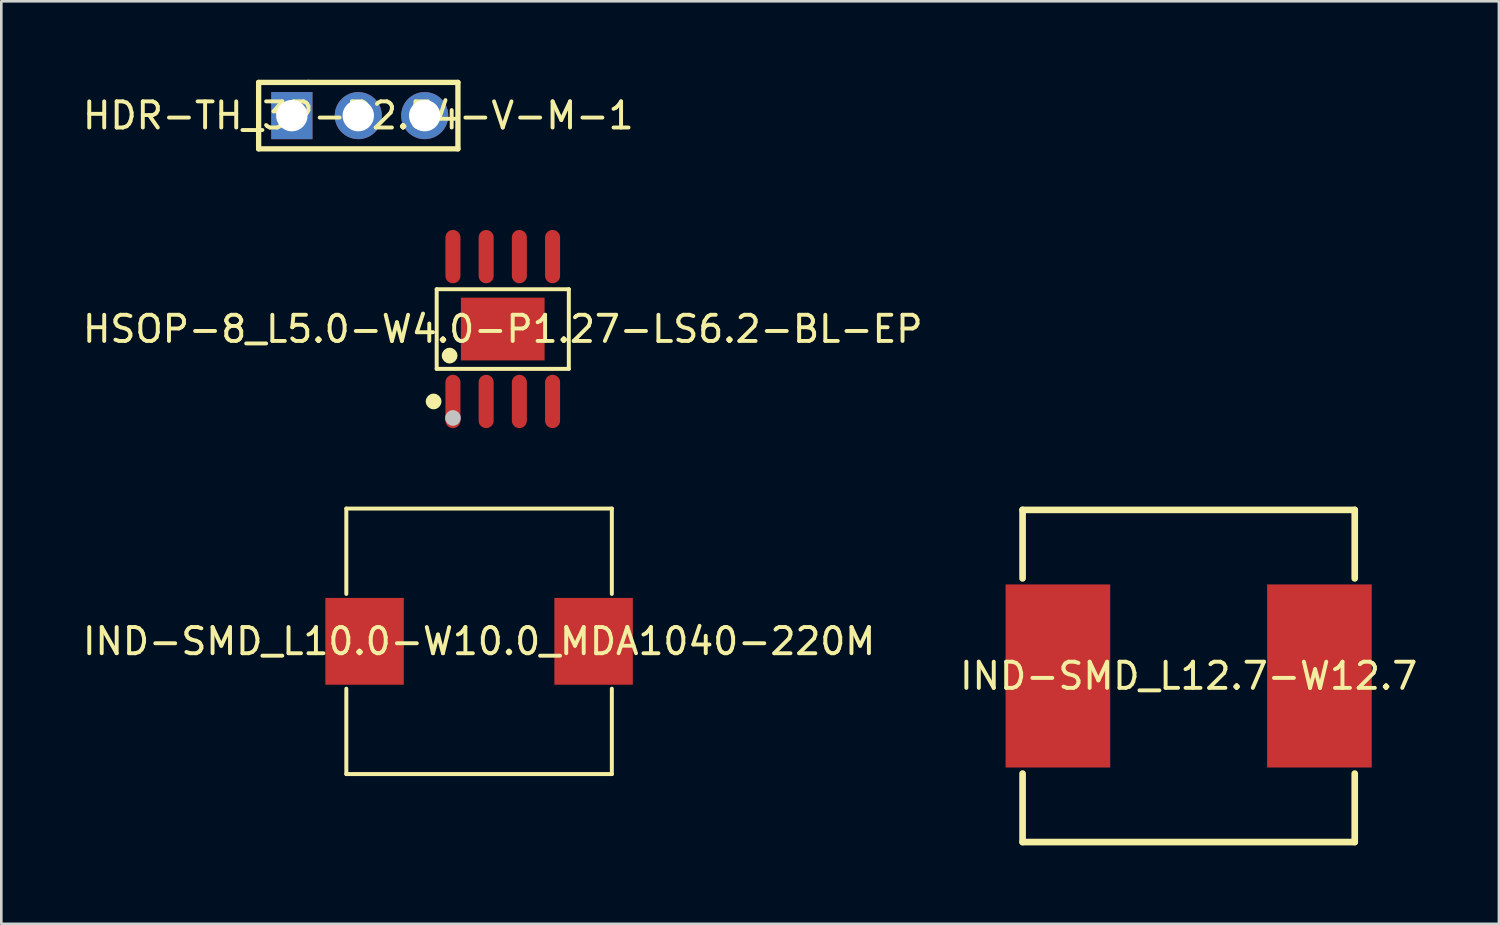
<source format=kicad_pcb>
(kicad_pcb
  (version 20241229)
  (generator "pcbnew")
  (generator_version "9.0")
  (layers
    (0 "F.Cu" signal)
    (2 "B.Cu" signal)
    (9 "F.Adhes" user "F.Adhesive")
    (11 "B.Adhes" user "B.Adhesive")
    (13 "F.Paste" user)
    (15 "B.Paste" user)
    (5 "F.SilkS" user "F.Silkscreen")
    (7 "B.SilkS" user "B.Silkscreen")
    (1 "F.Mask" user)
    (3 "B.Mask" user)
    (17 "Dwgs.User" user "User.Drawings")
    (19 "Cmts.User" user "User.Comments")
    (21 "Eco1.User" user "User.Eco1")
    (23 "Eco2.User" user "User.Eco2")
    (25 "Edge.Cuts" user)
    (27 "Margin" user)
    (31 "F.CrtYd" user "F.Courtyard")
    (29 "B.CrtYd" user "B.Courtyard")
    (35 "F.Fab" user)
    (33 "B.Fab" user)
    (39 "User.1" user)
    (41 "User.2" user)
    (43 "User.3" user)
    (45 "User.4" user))
  (footprint "IND-SMD_L10.0-W10.0_MDA1040-220M"
    (layer "F.Cu")
    (at 15.268 21.471)
    (property "Reference" "IND-SMD_L10.0-W10.0_MDA1040-220M" (at 0 0 0) (unlocked yes) (layer "F.SilkS") (effects (font (size 1 1) (thickness 0.15))))
    (fp_line (start -5.076 -5.076) (end 5.076 -5.076) (stroke (width 0.152) (type default)) (layer "F.SilkS"))
    (fp_line (start -5.076 -1.812) (end -5.076 -5.076) (stroke (width 0.152) (type default)) (layer "F.SilkS"))
    (fp_line (start -5.076 1.812) (end -5.076 5.076) (stroke (width 0.152) (type default)) (layer "F.SilkS"))
    (fp_line (start -5.076 5.076) (end 5.076 5.076) (stroke (width 0.152) (type default)) (layer "F.SilkS"))
    (fp_line (start 5.076 -5.076) (end 5.076 -1.812) (stroke (width 0.152) (type default)) (layer "F.SilkS"))
    (fp_line (start 5.076 5.076) (end 5.076 1.812) (stroke (width 0.152) (type default)) (layer "F.SilkS"))
    (fp_poly (pts (xy -5.501 -1.5) (xy -3.501 -1.5) (xy -3.501 1.5) (xy -5.501 1.5)) (stroke (width 0.1) (type default)) (fill no) (layer "User.1"))
    (fp_poly (pts (xy 3.501 -1.5) (xy 5.501 -1.5) (xy 5.501 1.5) (xy 3.501 1.5)) (stroke (width 0.1) (type default)) (fill no) (layer "User.1"))
    (fp_line (start -5 -5) (end 5 -5) (stroke (width 0.051) (type default)) (layer "User.2"))
    (fp_line (start -5 5) (end -5 -5) (stroke (width 0.051) (type default)) (layer "User.2"))
    (fp_line (start 5 -5) (end 5 5) (stroke (width 0.051) (type default)) (layer "User.2"))
    (fp_line (start 5 5) (end -5 5) (stroke (width 0.051) (type default)) (layer "User.2"))
    (fp_poly (pts (xy 5.561 -5) (xy 5.543 -5.042) (xy 5.501 -5.06) (xy 5.459 -5.042) (xy 5.441 -5) (xy 5.459 -4.958) (xy 5.501 -4.94) (xy 5.543 -4.958)) (stroke (width 0.1) (type default)) (fill no) (layer "User.3"))
    (pad "1" smd rect (at 4.378 0) (size 3 3.32) (layers "F.Cu" "F.Mask" "F.Paste"))
    (pad "2" smd rect (at -4.378 0) (size 3 3.32) (layers "F.Cu" "F.Mask" "F.Paste")))
  (footprint "IND-SMD_L12.7-W12.7"
    (layer "F.Cu")
    (at 42.399 22.796)
    (property "Reference" "IND-SMD_L12.7-W12.7" (at 0 0 0) (unlocked yes) (layer "F.SilkS") (effects (font (size 1 1) (thickness 0.15))))
    (fp_line (start -6.35 -6.35) (end -6.35 -3.731) (stroke (width 0.254) (type default)) (layer "F.SilkS"))
    (fp_line (start -6.35 3.731) (end -6.35 6.35) (stroke (width 0.254) (type default)) (layer "F.SilkS"))
    (fp_line (start -6.35 6.35) (end 6.35 6.35) (stroke (width 0.254) (type default)) (layer "F.SilkS"))
    (fp_line (start 6.35 -6.35) (end -6.35 -6.35) (stroke (width 0.254) (type default)) (layer "F.SilkS"))
    (fp_line (start 6.35 -3.731) (end 6.35 -6.35) (stroke (width 0.254) (type default)) (layer "F.SilkS"))
    (fp_line (start 6.35 6.35) (end 6.35 3.731) (stroke (width 0.254) (type default)) (layer "F.SilkS"))
    (fp_poly (pts (xy -6.35 -2.5) (xy -4.05 -2.5) (xy -4.05 2.5) (xy -6.35 2.5)) (stroke (width 0.1) (type default)) (fill no) (layer "User.1"))
    (fp_poly (pts (xy 4.05 -2.5) (xy 6.35 -2.5) (xy 6.35 2.5) (xy 4.05 2.5)) (stroke (width 0.1) (type default)) (fill no) (layer "User.1"))
    (fp_line (start -6.35 -6.35) (end 6.35 -6.35) (stroke (width 0.051) (type default)) (layer "User.2"))
    (fp_line (start -6.35 6.35) (end -6.35 -6.35) (stroke (width 0.051) (type default)) (layer "User.2"))
    (fp_line (start 6.35 -6.35) (end 6.35 6.35) (stroke (width 0.051) (type default)) (layer "User.2"))
    (fp_line (start 6.35 6.35) (end -6.35 6.35) (stroke (width 0.051) (type default)) (layer "User.2"))
    (fp_poly (pts (xy -6.29 6.35) (xy -6.308 6.308) (xy -6.35 6.29) (xy -6.392 6.308) (xy -6.41 6.35) (xy -6.392 6.392) (xy -6.35 6.41) (xy -6.308 6.392)) (stroke (width 0.1) (type default)) (fill no) (layer "User.3"))
    (pad "1" smd rect (at -5 0) (size 4 7) (layers "F.Cu" "F.Mask" "F.Paste"))
    (pad "2" smd rect (at 5 0) (size 4 7) (layers "F.Cu" "F.Mask" "F.Paste")))
  (footprint "HDR-TH_3P-P2.54-V-M-1"
    (layer "F.Cu")
    (at 10.649 1.371)
    (property "Reference" "HDR-TH_3P-P2.54-V-M-1" (at 0 0 0) (unlocked yes) (layer "F.SilkS") (effects (font (size 1 1) (thickness 0.15))))
    (fp_line (start -3.81 -1.27) (end -3.81 1.27) (stroke (width 0.203) (type default)) (layer "F.SilkS"))
    (fp_line (start -3.81 1.27) (end 3.81 1.27) (stroke (width 0.203) (type default)) (layer "F.SilkS"))
    (fp_line (start -1.905 -1.27) (end -3.81 -1.27) (stroke (width 0.203) (type default)) (layer "F.SilkS"))
    (fp_line (start 3.81 -1.27) (end -1.905 -1.27) (stroke (width 0.203) (type default)) (layer "F.SilkS"))
    (fp_line (start 3.81 1.27) (end 3.81 -1.27) (stroke (width 0.203) (type default)) (layer "F.SilkS"))
    (fp_poly (pts (xy -2.86 -0.32) (xy -2.22 -0.32) (xy -2.22 0.32) (xy -2.86 0.32)) (stroke (width 0.1) (type default)) (fill no) (layer "User.1"))
    (fp_poly (pts (xy -0.32 -0.32) (xy 0.32 -0.32) (xy 0.32 0.32) (xy -0.32 0.32)) (stroke (width 0.1) (type default)) (fill no) (layer "User.1"))
    (fp_poly (pts (xy 2.22 -0.32) (xy 2.86 -0.32) (xy 2.86 0.32) (xy 2.22 0.32)) (stroke (width 0.1) (type default)) (fill no) (layer "User.1"))
    (fp_line (start -3.81 -1.25) (end 3.81 -1.25) (stroke (width 0.051) (type default)) (layer "User.2"))
    (fp_line (start -3.81 1.25) (end -3.81 -1.25) (stroke (width 0.051) (type default)) (layer "User.2"))
    (fp_line (start 3.81 -1.25) (end 3.81 1.25) (stroke (width 0.051) (type default)) (layer "User.2"))
    (fp_line (start 3.81 1.25) (end -3.81 1.25) (stroke (width 0.051) (type default)) (layer "User.2"))
    (fp_poly (pts (xy -3.75 1.25) (xy -3.768 1.208) (xy -3.81 1.19) (xy -3.852 1.208) (xy -3.87 1.25) (xy -3.852 1.292) (xy -3.81 1.31) (xy -3.768 1.292)) (stroke (width 0.1) (type default)) (fill no) (layer "User.3"))
    (pad "1" thru_hole rect (at -2.54 0) (size 1.575 1.8) (drill 1.2) (layers "*.Cu" "*.Mask"))
    (pad "2" thru_hole circle (at 0 0) (size 1.8 1.8) (drill 1.2) (layers "*.Cu" "*.Mask"))
    (pad "3" thru_hole circle (at 2.54 0) (size 1.8 1.8) (drill 1.2) (layers "*.Cu" "*.Mask")))
  (footprint "HSOP-8_L5.0-W4.0-P1.27-LS6.2-BL-EP"
    (layer "F.Cu")
    (at 16.173 9.531)
    (property "Reference" "HSOP-8_L5.0-W4.0-P1.27-LS6.2-BL-EP" (at 0 0 0) (unlocked yes) (layer "F.SilkS") (effects (font (size 1 1) (thickness 0.15))))
    (fp_line (start -2.526 -1.522) (end 2.526 -1.522) (stroke (width 0.152) (type default)) (layer "F.SilkS"))
    (fp_line (start -2.526 1.522) (end -2.526 -1.522) (stroke (width 0.152) (type default)) (layer "F.SilkS"))
    (fp_line (start 2.526 -1.522) (end 2.526 1.522) (stroke (width 0.152) (type default)) (layer "F.SilkS"))
    (fp_line (start 2.526 1.522) (end -2.526 1.522) (stroke (width 0.152) (type default)) (layer "F.SilkS"))
    (fp_circle (center -2.644 2.769) (end -2.494 2.769) (stroke (width 0.3) (type default)) (fill no) (layer "F.SilkS"))
    (fp_circle (center -2.032 1.016) (end -1.882 1.016) (stroke (width 0.3) (type default)) (fill no) (layer "F.SilkS"))
    (fp_circle (center -1.905 3.4) (end -1.755 3.4) (stroke (width 0.3) (type default)) (fill no) (layer "Dwgs.User"))
    (fp_poly (pts (xy -2.11 -3) (xy -2.11 -2.165) (xy -1.7 -2.165) (xy -1.7 -3)) (stroke (width 0.1) (type default)) (fill no) (layer "User.1"))
    (fp_poly (pts (xy -2.11 -2.175) (xy -2.11 -1.94) (xy -1.7 -1.94) (xy -1.7 -2.175)) (stroke (width 0.1) (type default)) (fill no) (layer "User.1"))
    (fp_poly (pts (xy -2.11 2.175) (xy -2.11 1.94) (xy -1.7 1.94) (xy -1.7 2.175)) (stroke (width 0.1) (type default)) (fill no) (layer "User.1"))
    (fp_poly (pts (xy -2.11 3) (xy -2.11 2.165) (xy -1.7 2.165) (xy -1.7 3)) (stroke (width 0.1) (type default)) (fill no) (layer "User.1"))
    (fp_poly (pts (xy -1.528 1.115) (xy -1.528 -1.115) (xy 1.528 -1.115) (xy 1.528 1.115)) (stroke (width 0.1) (type default)) (fill no) (layer "User.1"))
    (fp_poly (pts (xy -0.84 -3) (xy -0.84 -2.165) (xy -0.43 -2.165) (xy -0.43 -3)) (stroke (width 0.1) (type default)) (fill no) (layer "User.1"))
    (fp_poly (pts (xy -0.84 -2.175) (xy -0.84 -1.94) (xy -0.43 -1.94) (xy -0.43 -2.175)) (stroke (width 0.1) (type default)) (fill no) (layer "User.1"))
    (fp_poly (pts (xy -0.84 2.175) (xy -0.84 1.94) (xy -0.43 1.94) (xy -0.43 2.175)) (stroke (width 0.1) (type default)) (fill no) (layer "User.1"))
    (fp_poly (pts (xy -0.84 3) (xy -0.84 2.165) (xy -0.43 2.165) (xy -0.43 3)) (stroke (width 0.1) (type default)) (fill no) (layer "User.1"))
    (fp_poly (pts (xy 0.43 -3) (xy 0.43 -2.165) (xy 0.84 -2.165) (xy 0.84 -3)) (stroke (width 0.1) (type default)) (fill no) (layer "User.1"))
    (fp_poly (pts (xy 0.43 -2.175) (xy 0.43 -1.94) (xy 0.84 -1.94) (xy 0.84 -2.175)) (stroke (width 0.1) (type default)) (fill no) (layer "User.1"))
    (fp_poly (pts (xy 0.43 2.175) (xy 0.43 1.94) (xy 0.84 1.94) (xy 0.84 2.175)) (stroke (width 0.1) (type default)) (fill no) (layer "User.1"))
    (fp_poly (pts (xy 0.43 3) (xy 0.43 2.165) (xy 0.84 2.165) (xy 0.84 3)) (stroke (width 0.1) (type default)) (fill no) (layer "User.1"))
    (fp_poly (pts (xy 1.7 -3) (xy 1.7 -2.165) (xy 2.11 -2.165) (xy 2.11 -3)) (stroke (width 0.1) (type default)) (fill no) (layer "User.1"))
    (fp_poly (pts (xy 1.7 -2.175) (xy 1.7 -1.94) (xy 2.11 -1.94) (xy 2.11 -2.175)) (stroke (width 0.1) (type default)) (fill no) (layer "User.1"))
    (fp_poly (pts (xy 1.7 2.175) (xy 1.7 1.94) (xy 2.11 1.94) (xy 2.11 2.175)) (stroke (width 0.1) (type default)) (fill no) (layer "User.1"))
    (fp_poly (pts (xy 1.7 3) (xy 1.7 2.165) (xy 2.11 2.165) (xy 2.11 3)) (stroke (width 0.1) (type default)) (fill no) (layer "User.1"))
    (fp_line (start -2.45 -1.95) (end 2.45 -1.95) (stroke (width 0.051) (type default)) (layer "User.2"))
    (fp_line (start -2.45 1.95) (end -2.45 -1.95) (stroke (width 0.051) (type default)) (layer "User.2"))
    (fp_line (start 2.45 -1.95) (end 2.45 1.95) (stroke (width 0.051) (type default)) (layer "User.2"))
    (fp_line (start 2.45 1.95) (end -2.45 1.95) (stroke (width 0.051) (type default)) (layer "User.2"))
    (fp_poly (pts (xy -2.39 3) (xy -2.408 2.958) (xy -2.45 2.94) (xy -2.492 2.958) (xy -2.51 3) (xy -2.492 3.042) (xy -2.45 3.06) (xy -2.408 3.042)) (stroke (width 0.1) (type default)) (fill no) (layer "User.3"))
    (pad "1" smd oval (at -1.905 2.769) (size 0.574 2.038) (layers "F.Cu" "F.Mask" "F.Paste"))
    (pad "2" smd oval (at -0.635 2.769) (size 0.574 2.038) (layers "F.Cu" "F.Mask" "F.Paste"))
    (pad "3" smd oval (at 0.635 2.769) (size 0.574 2.038) (layers "F.Cu" "F.Mask" "F.Paste"))
    (pad "4" smd oval (at 1.905 2.769) (size 0.574 2.038) (layers "F.Cu" "F.Mask" "F.Paste"))
    (pad "5" smd oval (at 1.905 -2.769) (size 0.574 2.038) (layers "F.Cu" "F.Mask" "F.Paste"))
    (pad "6" smd oval (at 0.635 -2.769) (size 0.574 2.038) (layers "F.Cu" "F.Mask" "F.Paste"))
    (pad "7" smd oval (at -0.635 -2.769) (size 0.574 2.038) (layers "F.Cu" "F.Mask" "F.Paste"))
    (pad "8" smd oval (at -1.905 -2.769) (size 0.574 2.038) (layers "F.Cu" "F.Mask" "F.Paste"))
    (pad "9" smd rect (at 0 0) (size 3.2 2.4) (layers "F.Cu" "F.Mask" "F.Paste")))
  (gr_rect
    (start -3 -3)
    (end 54.262 32.273)
    (stroke (width 0.1) (type default))
    (fill no)
    (layer "Edge.Cuts")))
</source>
